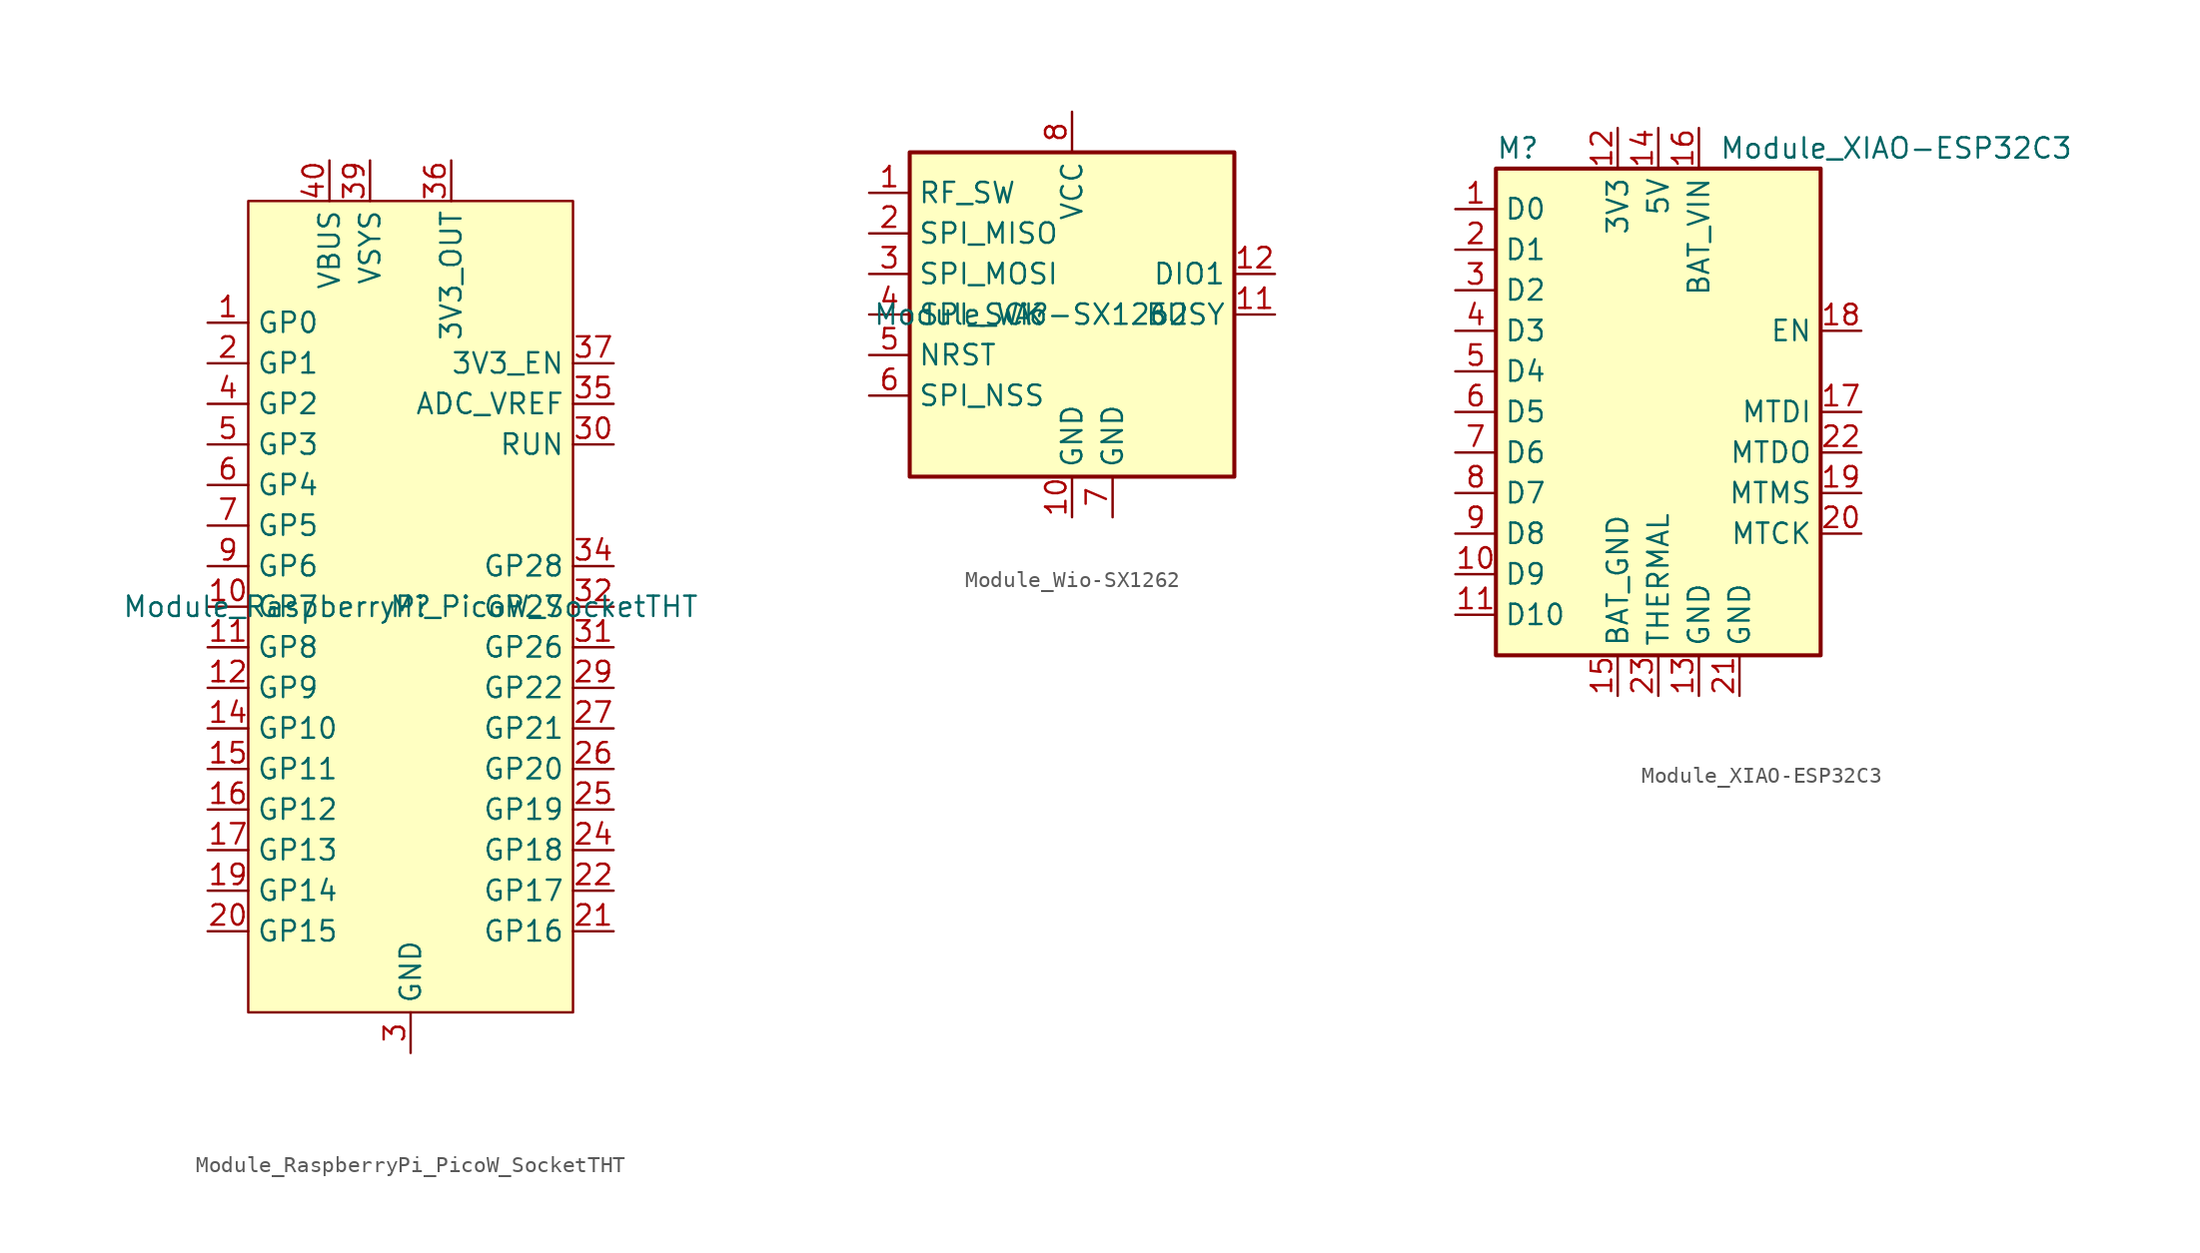
<source format=kicad_sym>
(kicad_symbol_lib
  (version 20231120)
  (generator "kicad_symbol_editor")
  (generator_version "8.0")
  (symbol "Module_RaspberryPi_PicoW_SocketTHT"
    (property "Reference" "M"
      (at 0 0 0)
      (effects (font (size 1.27 1.27))))
    (property "Value" "Module_RaspberryPi_PicoW_SocketTHT"
      (at 0 0 0)
      (effects (font (size 1.27 1.27))))
    (symbol "Module_RaspberryPi_PicoW_SocketTHT_1_1"
      (rectangle (start -10.16 25.4) (end 10.16 -25.4) (stroke (width 0) (type default)) (fill (type background)))
      (pin bidirectional line (at -12.7 17.78 0) (length 2.54) (name "GP0" (effects (font (size 1.27 1.27)))) (number "1" (effects (font (size 1.27 1.27)))))
      (pin bidirectional line (at -12.7 0 0) (length 2.54) (name "GP7" (effects (font (size 1.27 1.27)))) (number "10" (effects (font (size 1.27 1.27)))))
      (pin bidirectional line (at -12.7 -2.54 0) (length 2.54) (name "GP8" (effects (font (size 1.27 1.27)))) (number "11" (effects (font (size 1.27 1.27)))))
      (pin bidirectional line (at -12.7 -5.08 0) (length 2.54) (name "GP9" (effects (font (size 1.27 1.27)))) (number "12" (effects (font (size 1.27 1.27)))))
      (pin passive line (at 0 -27.94 90) (length 2.54) hide (name "GND" (effects (font (size 1.27 1.27)))) (number "13" (effects (font (size 1.27 1.27)))))
      (pin bidirectional line (at -12.7 -7.62 0) (length 2.54) (name "GP10" (effects (font (size 1.27 1.27)))) (number "14" (effects (font (size 1.27 1.27)))))
      (pin bidirectional line (at -12.7 -10.16 0) (length 2.54) (name "GP11" (effects (font (size 1.27 1.27)))) (number "15" (effects (font (size 1.27 1.27)))))
      (pin bidirectional line (at -12.7 -12.7 0) (length 2.54) (name "GP12" (effects (font (size 1.27 1.27)))) (number "16" (effects (font (size 1.27 1.27)))))
      (pin bidirectional line (at -12.7 -15.24 0) (length 2.54) (name "GP13" (effects (font (size 1.27 1.27)))) (number "17" (effects (font (size 1.27 1.27)))))
      (pin passive line (at 0 -27.94 90) (length 2.54) hide (name "GND" (effects (font (size 1.27 1.27)))) (number "18" (effects (font (size 1.27 1.27)))))
      (pin bidirectional line (at -12.7 -17.78 0) (length 2.54) (name "GP14" (effects (font (size 1.27 1.27)))) (number "19" (effects (font (size 1.27 1.27)))))
      (pin bidirectional line (at -12.7 15.24 0) (length 2.54) (name "GP1" (effects (font (size 1.27 1.27)))) (number "2" (effects (font (size 1.27 1.27)))))
      (pin bidirectional line (at -12.7 -20.32 0) (length 2.54) (name "GP15" (effects (font (size 1.27 1.27)))) (number "20" (effects (font (size 1.27 1.27)))))
      (pin bidirectional line (at 12.7 -20.32 180) (length 2.54) (name "GP16" (effects (font (size 1.27 1.27)))) (number "21" (effects (font (size 1.27 1.27)))))
      (pin bidirectional line (at 12.7 -17.78 180) (length 2.54) (name "GP17" (effects (font (size 1.27 1.27)))) (number "22" (effects (font (size 1.27 1.27)))))
      (pin passive line (at 0 -27.94 90) (length 2.54) hide (name "GND" (effects (font (size 1.27 1.27)))) (number "23" (effects (font (size 1.27 1.27)))))
      (pin bidirectional line (at 12.7 -15.24 180) (length 2.54) (name "GP18" (effects (font (size 1.27 1.27)))) (number "24" (effects (font (size 1.27 1.27)))))
      (pin bidirectional line (at 12.7 -12.7 180) (length 2.54) (name "GP19" (effects (font (size 1.27 1.27)))) (number "25" (effects (font (size 1.27 1.27)))))
      (pin bidirectional line (at 12.7 -10.16 180) (length 2.54) (name "GP20" (effects (font (size 1.27 1.27)))) (number "26" (effects (font (size 1.27 1.27)))))
      (pin bidirectional line (at 12.7 -7.62 180) (length 2.54) (name "GP21" (effects (font (size 1.27 1.27)))) (number "27" (effects (font (size 1.27 1.27)))))
      (pin passive line (at 0 -27.94 90) (length 2.54) hide (name "GND" (effects (font (size 1.27 1.27)))) (number "28" (effects (font (size 1.27 1.27)))))
      (pin bidirectional line (at 12.7 -5.08 180) (length 2.54) (name "GP22" (effects (font (size 1.27 1.27)))) (number "29" (effects (font (size 1.27 1.27)))))
      (pin power_in line (at 0 -27.94 90) (length 2.54) (name "GND" (effects (font (size 1.27 1.27)))) (number "3" (effects (font (size 1.27 1.27)))))
      (pin input line (at 12.7 10.16 180) (length 2.54) (name "RUN" (effects (font (size 1.27 1.27)))) (number "30" (effects (font (size 1.27 1.27)))))
      (pin bidirectional line (at 12.7 -2.54 180) (length 2.54) (name "GP26" (effects (font (size 1.27 1.27)))) (number "31" (effects (font (size 1.27 1.27)))))
      (pin bidirectional line (at 12.7 0 180) (length 2.54) (name "GP27" (effects (font (size 1.27 1.27)))) (number "32" (effects (font (size 1.27 1.27)))))
      (pin passive line (at 0 -27.94 90) (length 2.54) hide (name "GND" (effects (font (size 1.27 1.27)))) (number "33" (effects (font (size 1.27 1.27)))))
      (pin bidirectional line (at 12.7 2.54 180) (length 2.54) (name "GP28" (effects (font (size 1.27 1.27)))) (number "34" (effects (font (size 1.27 1.27)))))
      (pin input line (at 12.7 12.7 180) (length 2.54) (name "ADC_VREF" (effects (font (size 1.27 1.27)))) (number "35" (effects (font (size 1.27 1.27)))))
      (pin power_in line (at 2.54 27.94 270) (length 2.54) (name "3V3_OUT" (effects (font (size 1.27 1.27)))) (number "36" (effects (font (size 1.27 1.27)))))
      (pin input line (at 12.7 15.24 180) (length 2.54) (name "3V3_EN" (effects (font (size 1.27 1.27)))) (number "37" (effects (font (size 1.27 1.27)))))
      (pin passive line (at 0 -27.94 90) (length 2.54) hide (name "GND" (effects (font (size 1.27 1.27)))) (number "38" (effects (font (size 1.27 1.27)))))
      (pin power_in line (at -2.54 27.94 270) (length 2.54) (name "VSYS" (effects (font (size 1.27 1.27)))) (number "39" (effects (font (size 1.27 1.27)))))
      (pin bidirectional line (at -12.7 12.7 0) (length 2.54) (name "GP2" (effects (font (size 1.27 1.27)))) (number "4" (effects (font (size 1.27 1.27)))))
      (pin power_in line (at -5.08 27.94 270) (length 2.54) (name "VBUS" (effects (font (size 1.27 1.27)))) (number "40" (effects (font (size 1.27 1.27)))))
      (pin bidirectional line (at -12.7 10.16 0) (length 2.54) (name "GP3" (effects (font (size 1.27 1.27)))) (number "5" (effects (font (size 1.27 1.27)))))
      (pin bidirectional line (at -12.7 7.62 0) (length 2.54) (name "GP4" (effects (font (size 1.27 1.27)))) (number "6" (effects (font (size 1.27 1.27)))))
      (pin bidirectional line (at -12.7 5.08 0) (length 2.54) (name "GP5" (effects (font (size 1.27 1.27)))) (number "7" (effects (font (size 1.27 1.27)))))
      (pin passive line (at 0 -27.94 90) (length 2.54) hide (name "GND" (effects (font (size 1.27 1.27)))) (number "8" (effects (font (size 1.27 1.27)))))
      (pin bidirectional line (at -12.7 2.54 0) (length 2.54) (name "GP6" (effects (font (size 1.27 1.27)))) (number "9" (effects (font (size 1.27 1.27)))))))
  (symbol "Module_Wio-SX1262"
    (property "Reference" "A"
      (at -2.54 0 0)
      (effects (font (size 1.27 1.27))))
    (property "Value" "Module_Wio-SX1262"
      (at -2.54 0 0)
      (effects (font (size 1.27 1.27))))
    (symbol "Module_Wio-SX1262_1_1"
      (rectangle (start -10.16 10.16) (end 10.16 -10.16) (stroke (width 0.254) (type default)) (fill (type background)))
      (pin input line (at -12.7 7.62 0) (length 2.54) (name "RF_SW" (effects (font (size 1.27 1.27)))) (number "1" (effects (font (size 1.27 1.27)))))
      (pin power_in line (at 0 -12.7 90) (length 2.54) (name "GND" (effects (font (size 1.27 1.27)))) (number "10" (effects (font (size 1.27 1.27)))))
      (pin output line (at 12.7 0 180) (length 2.54) (name "BUSY" (effects (font (size 1.27 1.27)))) (number "11" (effects (font (size 1.27 1.27)))))
      (pin bidirectional line (at 12.7 2.54 180) (length 2.54) (name "DIO1" (effects (font (size 1.27 1.27)))) (number "12" (effects (font (size 1.27 1.27)))))
      (pin bidirectional line (at -12.7 5.08 0) (length 2.54) (name "SPI_MISO" (effects (font (size 1.27 1.27)))) (number "2" (effects (font (size 1.27 1.27)))))
      (pin bidirectional line (at -12.7 2.54 0) (length 2.54) (name "SPI_MOSI" (effects (font (size 1.27 1.27)))) (number "3" (effects (font (size 1.27 1.27)))))
      (pin bidirectional line (at -12.7 0 0) (length 2.54) (name "SPI_SCK" (effects (font (size 1.27 1.27)))) (number "4" (effects (font (size 1.27 1.27)))))
      (pin input line (at -12.7 -2.54 0) (length 2.54) (name "NRST" (effects (font (size 1.27 1.27)))) (number "5" (effects (font (size 1.27 1.27)))))
      (pin bidirectional line (at -12.7 -5.08 0) (length 2.54) (name "SPI_NSS" (effects (font (size 1.27 1.27)))) (number "6" (effects (font (size 1.27 1.27)))))
      (pin power_in line (at 2.54 -12.7 90) (length 2.54) (name "GND" (effects (font (size 1.27 1.27)))) (number "7" (effects (font (size 1.27 1.27)))))
      (pin power_in line (at 0 12.7 270) (length 2.54) (name "VCC" (effects (font (size 1.27 1.27)))) (number "8" (effects (font (size 1.27 1.27)))))
      (pin no_connect line (at 12.7 -5.08 180) (length 2.54) hide (name "ANT" (effects (font (size 1.27 1.27)))) (number "9" (effects (font (size 1.27 1.27)))))))
  (symbol "Module_XIAO-ESP32C3"
    (property "Reference" "M"
      (at -10.16 16.51 0)
      (effects (font (size 1.27 1.27)) (justify left)))
    (property "Value" "Module_XIAO-ESP32C3"
      (at 3.81 16.51 0)
      (effects (font (size 1.27 1.27)) (justify left)))
    (symbol "Module_XIAO-ESP32C3_1_1"
      (rectangle (start -10.16 15.24) (end 10.16 -15.24) (stroke (width 0.254) (type default)) (fill (type background)))
      (pin bidirectional line (at -12.7 12.7 0) (length 2.54) (name "D0" (effects (font (size 1.27 1.27)))) (number "1" (effects (font (size 1.27 1.27)))))
      (pin bidirectional line (at -12.7 -10.16 0) (length 2.54) (name "D9" (effects (font (size 1.27 1.27)))) (number "10" (effects (font (size 1.27 1.27)))))
      (pin bidirectional line (at -12.7 -12.7 0) (length 2.54) (name "D10" (effects (font (size 1.27 1.27)))) (number "11" (effects (font (size 1.27 1.27)))))
      (pin power_in line (at -2.54 17.78 270) (length 2.54) (name "3V3" (effects (font (size 1.27 1.27)))) (number "12" (effects (font (size 1.27 1.27)))))
      (pin power_in line (at 2.54 -17.78 90) (length 2.54) (name "GND" (effects (font (size 1.27 1.27)))) (number "13" (effects (font (size 1.27 1.27)))))
      (pin power_in line (at 0 17.78 270) (length 2.54) (name "5V" (effects (font (size 1.27 1.27)))) (number "14" (effects (font (size 1.27 1.27)))))
      (pin power_in line (at -2.54 -17.78 90) (length 2.54) (name "BAT_GND" (effects (font (size 1.27 1.27)))) (number "15" (effects (font (size 1.27 1.27)))))
      (pin power_in line (at 2.54 17.78 270) (length 2.54) (name "BAT_VIN" (effects (font (size 1.27 1.27)))) (number "16" (effects (font (size 1.27 1.27)))))
      (pin input line (at 12.7 0 180) (length 2.54) (name "MTDI" (effects (font (size 1.27 1.27)))) (number "17" (effects (font (size 1.27 1.27)))))
      (pin input line (at 12.7 5.08 180) (length 2.54) (name "EN" (effects (font (size 1.27 1.27)))) (number "18" (effects (font (size 1.27 1.27)))))
      (pin input line (at 12.7 -5.08 180) (length 2.54) (name "MTMS" (effects (font (size 1.27 1.27)))) (number "19" (effects (font (size 1.27 1.27)))))
      (pin bidirectional line (at -12.7 10.16 0) (length 2.54) (name "D1" (effects (font (size 1.27 1.27)))) (number "2" (effects (font (size 1.27 1.27)))))
      (pin input line (at 12.7 -7.62 180) (length 2.54) (name "MTCK" (effects (font (size 1.27 1.27)))) (number "20" (effects (font (size 1.27 1.27)))))
      (pin power_in line (at 5.08 -17.78 90) (length 2.54) (name "GND" (effects (font (size 1.27 1.27)))) (number "21" (effects (font (size 1.27 1.27)))))
      (pin output line (at 12.7 -2.54 180) (length 2.54) (name "MTDO" (effects (font (size 1.27 1.27)))) (number "22" (effects (font (size 1.27 1.27)))))
      (pin power_in line (at 0 -17.78 90) (length 2.54) (name "THERMAL" (effects (font (size 1.27 1.27)))) (number "23" (effects (font (size 1.27 1.27)))))
      (pin bidirectional line (at -12.7 7.62 0) (length 2.54) (name "D2" (effects (font (size 1.27 1.27)))) (number "3" (effects (font (size 1.27 1.27)))))
      (pin bidirectional line (at -12.7 5.08 0) (length 2.54) (name "D3" (effects (font (size 1.27 1.27)))) (number "4" (effects (font (size 1.27 1.27)))))
      (pin bidirectional line (at -12.7 2.54 0) (length 2.54) (name "D4" (effects (font (size 1.27 1.27)))) (number "5" (effects (font (size 1.27 1.27)))))
      (pin bidirectional line (at -12.7 0 0) (length 2.54) (name "D5" (effects (font (size 1.27 1.27)))) (number "6" (effects (font (size 1.27 1.27)))))
      (pin bidirectional line (at -12.7 -2.54 0) (length 2.54) (name "D6" (effects (font (size 1.27 1.27)))) (number "7" (effects (font (size 1.27 1.27)))))
      (pin bidirectional line (at -12.7 -5.08 0) (length 2.54) (name "D7" (effects (font (size 1.27 1.27)))) (number "8" (effects (font (size 1.27 1.27)))))
      (pin bidirectional line (at -12.7 -7.62 0) (length 2.54) (name "D8" (effects (font (size 1.27 1.27)))) (number "9" (effects (font (size 1.27 1.27))))))))
</source>
